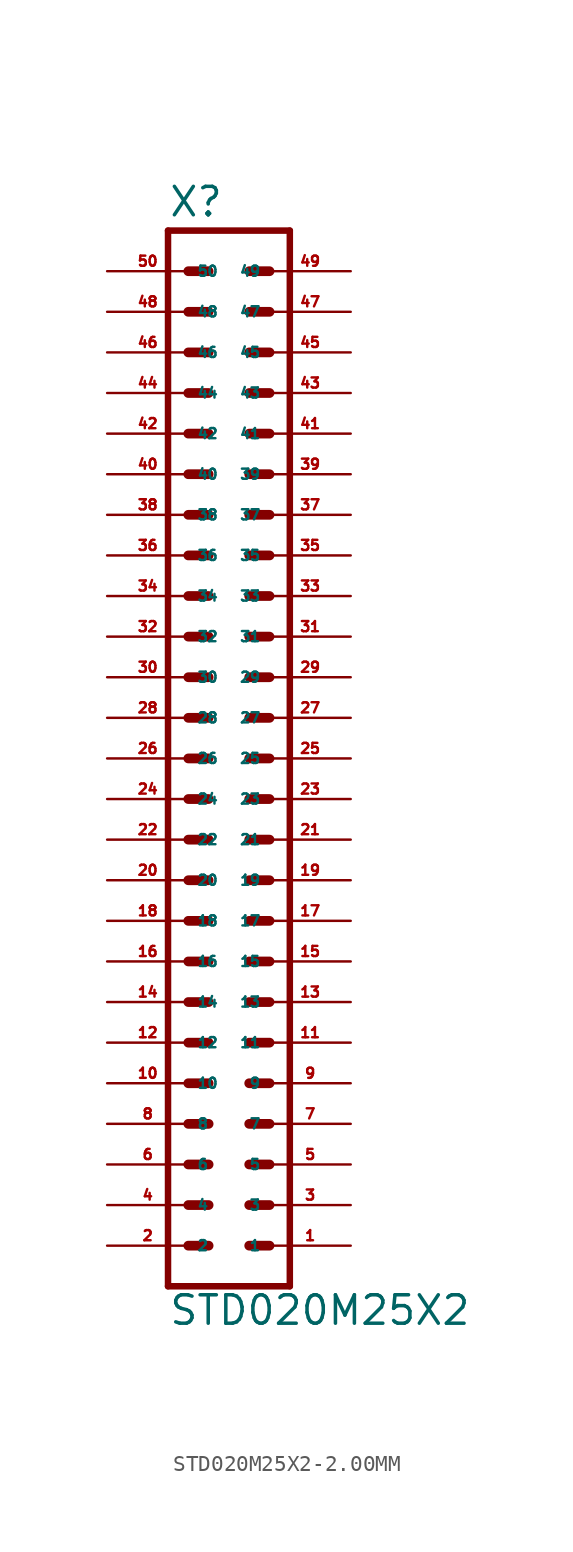
<source format=kicad_sym>
(kicad_symbol_lib
  (version 20220914)
  (generator Eagle2Kicad)
  (symbol "STD020M25X2-2.00MM"
    (property "Reference" "X"
      (at -3.81 38.862 0)
      (effects (font (size 1.778 1.778) (thickness 0.22)) (justify left bottom)))
    (property "Value" "STD020M25X2"
      (at -3.81 -30.48 0)
      (effects (font (size 1.778 1.778) (thickness 0.22)) (justify left bottom)))
    (polyline
      (pts (xy 3.81 -27.94) (xy -3.81 -27.94))
      (stroke (width 0.406) (type default))
      (fill (type none)))
    (polyline
      (pts (xy 1.27 -20.32) (xy 2.54 -20.32))
      (stroke (width 0.61) (type default))
      (fill (type none)))
    (polyline
      (pts (xy 1.27 -22.86) (xy 2.54 -22.86))
      (stroke (width 0.61) (type default))
      (fill (type none)))
    (polyline
      (pts (xy 1.27 -25.4) (xy 2.54 -25.4))
      (stroke (width 0.61) (type default))
      (fill (type none)))
    (polyline
      (pts (xy -2.54 -20.32) (xy -1.27 -20.32))
      (stroke (width 0.61) (type default))
      (fill (type none)))
    (polyline
      (pts (xy -2.54 -22.86) (xy -1.27 -22.86))
      (stroke (width 0.61) (type default))
      (fill (type none)))
    (polyline
      (pts (xy -2.54 -25.4) (xy -1.27 -25.4))
      (stroke (width 0.61) (type default))
      (fill (type none)))
    (polyline
      (pts (xy 1.27 -15.24) (xy 2.54 -15.24))
      (stroke (width 0.61) (type default))
      (fill (type none)))
    (polyline
      (pts (xy 1.27 -17.78) (xy 2.54 -17.78))
      (stroke (width 0.61) (type default))
      (fill (type none)))
    (polyline
      (pts (xy -2.54 -15.24) (xy -1.27 -15.24))
      (stroke (width 0.61) (type default))
      (fill (type none)))
    (polyline
      (pts (xy -2.54 -17.78) (xy -1.27 -17.78))
      (stroke (width 0.61) (type default))
      (fill (type none)))
    (polyline
      (pts (xy 1.27 -7.62) (xy 2.54 -7.62))
      (stroke (width 0.61) (type default))
      (fill (type none)))
    (polyline
      (pts (xy 1.27 -10.16) (xy 2.54 -10.16))
      (stroke (width 0.61) (type default))
      (fill (type none)))
    (polyline
      (pts (xy 1.27 -12.7) (xy 2.54 -12.7))
      (stroke (width 0.61) (type default))
      (fill (type none)))
    (polyline
      (pts (xy -2.54 -7.62) (xy -1.27 -7.62))
      (stroke (width 0.61) (type default))
      (fill (type none)))
    (polyline
      (pts (xy -2.54 -10.16) (xy -1.27 -10.16))
      (stroke (width 0.61) (type default))
      (fill (type none)))
    (polyline
      (pts (xy -2.54 -12.7) (xy -1.27 -12.7))
      (stroke (width 0.61) (type default))
      (fill (type none)))
    (polyline
      (pts (xy 1.27 -2.54) (xy 2.54 -2.54))
      (stroke (width 0.61) (type default))
      (fill (type none)))
    (polyline
      (pts (xy 1.27 -5.08) (xy 2.54 -5.08))
      (stroke (width 0.61) (type default))
      (fill (type none)))
    (polyline
      (pts (xy -2.54 -2.54) (xy -1.27 -2.54))
      (stroke (width 0.61) (type default))
      (fill (type none)))
    (polyline
      (pts (xy -2.54 -5.08) (xy -1.27 -5.08))
      (stroke (width 0.61) (type default))
      (fill (type none)))
    (polyline
      (pts (xy 1.27 5.08) (xy 2.54 5.08))
      (stroke (width 0.61) (type default))
      (fill (type none)))
    (polyline
      (pts (xy 1.27 2.54) (xy 2.54 2.54))
      (stroke (width 0.61) (type default))
      (fill (type none)))
    (polyline
      (pts (xy 1.27 0) (xy 2.54 0))
      (stroke (width 0.61) (type default))
      (fill (type none)))
    (polyline
      (pts (xy -2.54 5.08) (xy -1.27 5.08))
      (stroke (width 0.61) (type default))
      (fill (type none)))
    (polyline
      (pts (xy -2.54 2.54) (xy -1.27 2.54))
      (stroke (width 0.61) (type default))
      (fill (type none)))
    (polyline
      (pts (xy -2.54 0) (xy -1.27 0))
      (stroke (width 0.61) (type default))
      (fill (type none)))
    (polyline
      (pts (xy 1.27 10.16) (xy 2.54 10.16))
      (stroke (width 0.61) (type default))
      (fill (type none)))
    (polyline
      (pts (xy 1.27 7.62) (xy 2.54 7.62))
      (stroke (width 0.61) (type default))
      (fill (type none)))
    (polyline
      (pts (xy -2.54 10.16) (xy -1.27 10.16))
      (stroke (width 0.61) (type default))
      (fill (type none)))
    (polyline
      (pts (xy -2.54 7.62) (xy -1.27 7.62))
      (stroke (width 0.61) (type default))
      (fill (type none)))
    (polyline
      (pts (xy 1.27 15.24) (xy 2.54 15.24))
      (stroke (width 0.61) (type default))
      (fill (type none)))
    (polyline
      (pts (xy 1.27 12.7) (xy 2.54 12.7))
      (stroke (width 0.61) (type default))
      (fill (type none)))
    (polyline
      (pts (xy -2.54 15.24) (xy -1.27 15.24))
      (stroke (width 0.61) (type default))
      (fill (type none)))
    (polyline
      (pts (xy -2.54 12.7) (xy -1.27 12.7))
      (stroke (width 0.61) (type default))
      (fill (type none)))
    (polyline
      (pts (xy -3.81 38.1) (xy -3.81 -27.94))
      (stroke (width 0.406) (type default))
      (fill (type none)))
    (polyline
      (pts (xy 3.81 -27.94) (xy 3.81 38.1))
      (stroke (width 0.406) (type default))
      (fill (type none)))
    (polyline
      (pts (xy -3.81 38.1) (xy 3.81 38.1))
      (stroke (width 0.406) (type default))
      (fill (type none)))
    (polyline
      (pts (xy -2.54 17.78) (xy -1.27 17.78))
      (stroke (width 0.61) (type default))
      (fill (type none)))
    (polyline
      (pts (xy -2.54 20.32) (xy -1.27 20.32))
      (stroke (width 0.61) (type default))
      (fill (type none)))
    (polyline
      (pts (xy -2.54 22.86) (xy -1.27 22.86))
      (stroke (width 0.61) (type default))
      (fill (type none)))
    (polyline
      (pts (xy 1.27 17.78) (xy 2.54 17.78))
      (stroke (width 0.61) (type default))
      (fill (type none)))
    (polyline
      (pts (xy 1.27 20.32) (xy 2.54 20.32))
      (stroke (width 0.61) (type default))
      (fill (type none)))
    (polyline
      (pts (xy 1.27 22.86) (xy 2.54 22.86))
      (stroke (width 0.61) (type default))
      (fill (type none)))
    (polyline
      (pts (xy 1.27 27.94) (xy 2.54 27.94))
      (stroke (width 0.61) (type default))
      (fill (type none)))
    (polyline
      (pts (xy 1.27 25.4) (xy 2.54 25.4))
      (stroke (width 0.61) (type default))
      (fill (type none)))
    (polyline
      (pts (xy -2.54 27.94) (xy -1.27 27.94))
      (stroke (width 0.61) (type default))
      (fill (type none)))
    (polyline
      (pts (xy -2.54 25.4) (xy -1.27 25.4))
      (stroke (width 0.61) (type default))
      (fill (type none)))
    (polyline
      (pts (xy -2.54 30.48) (xy -1.27 30.48))
      (stroke (width 0.61) (type default))
      (fill (type none)))
    (polyline
      (pts (xy -2.54 33.02) (xy -1.27 33.02))
      (stroke (width 0.61) (type default))
      (fill (type none)))
    (polyline
      (pts (xy -2.54 35.56) (xy -1.27 35.56))
      (stroke (width 0.61) (type default))
      (fill (type none)))
    (polyline
      (pts (xy 1.27 30.48) (xy 2.54 30.48))
      (stroke (width 0.61) (type default))
      (fill (type none)))
    (polyline
      (pts (xy 1.27 33.02) (xy 2.54 33.02))
      (stroke (width 0.61) (type default))
      (fill (type none)))
    (polyline
      (pts (xy 1.27 35.56) (xy 2.54 35.56))
      (stroke (width 0.61) (type default))
      (fill (type none)))
    (pin passive line
      (at 7.62 -25.4 180)
      (length 5.08)
      (name "1" (effects (font (size 0.635 0.635) (thickness 0.08)) (justify left bottom)))
      (number "1" (effects (font (size 0.635 0.635) (thickness 0.08)) (justify left bottom))))
    (pin passive line
      (at 7.62 -22.86 180)
      (length 5.08)
      (name "3" (effects (font (size 0.635 0.635) (thickness 0.08)) (justify left bottom)))
      (number "3" (effects (font (size 0.635 0.635) (thickness 0.08)) (justify left bottom))))
    (pin passive line
      (at 7.62 -20.32 180)
      (length 5.08)
      (name "5" (effects (font (size 0.635 0.635) (thickness 0.08)) (justify left bottom)))
      (number "5" (effects (font (size 0.635 0.635) (thickness 0.08)) (justify left bottom))))
    (pin passive line
      (at -7.62 -25.4 0)
      (length 5.08)
      (name "2" (effects (font (size 0.635 0.635) (thickness 0.08)) (justify left bottom)))
      (number "2" (effects (font (size 0.635 0.635) (thickness 0.08)) (justify left bottom))))
    (pin passive line
      (at -7.62 -22.86 0)
      (length 5.08)
      (name "4" (effects (font (size 0.635 0.635) (thickness 0.08)) (justify left bottom)))
      (number "4" (effects (font (size 0.635 0.635) (thickness 0.08)) (justify left bottom))))
    (pin passive line
      (at -7.62 -20.32 0)
      (length 5.08)
      (name "6" (effects (font (size 0.635 0.635) (thickness 0.08)) (justify left bottom)))
      (number "6" (effects (font (size 0.635 0.635) (thickness 0.08)) (justify left bottom))))
    (pin passive line
      (at 7.62 -17.78 180)
      (length 5.08)
      (name "7" (effects (font (size 0.635 0.635) (thickness 0.08)) (justify left bottom)))
      (number "7" (effects (font (size 0.635 0.635) (thickness 0.08)) (justify left bottom))))
    (pin passive line
      (at 7.62 -15.24 180)
      (length 5.08)
      (name "9" (effects (font (size 0.635 0.635) (thickness 0.08)) (justify left bottom)))
      (number "9" (effects (font (size 0.635 0.635) (thickness 0.08)) (justify left bottom))))
    (pin passive line
      (at -7.62 -17.78 0)
      (length 5.08)
      (name "8" (effects (font (size 0.635 0.635) (thickness 0.08)) (justify left bottom)))
      (number "8" (effects (font (size 0.635 0.635) (thickness 0.08)) (justify left bottom))))
    (pin passive line
      (at -7.62 -15.24 0)
      (length 5.08)
      (name "10" (effects (font (size 0.635 0.635) (thickness 0.08)) (justify left bottom)))
      (number "10" (effects (font (size 0.635 0.635) (thickness 0.08)) (justify left bottom))))
    (pin passive line
      (at 7.62 -12.7 180)
      (length 5.08)
      (name "11" (effects (font (size 0.635 0.635) (thickness 0.08)) (justify left bottom)))
      (number "11" (effects (font (size 0.635 0.635) (thickness 0.08)) (justify left bottom))))
    (pin passive line
      (at 7.62 -10.16 180)
      (length 5.08)
      (name "13" (effects (font (size 0.635 0.635) (thickness 0.08)) (justify left bottom)))
      (number "13" (effects (font (size 0.635 0.635) (thickness 0.08)) (justify left bottom))))
    (pin passive line
      (at 7.62 -7.62 180)
      (length 5.08)
      (name "15" (effects (font (size 0.635 0.635) (thickness 0.08)) (justify left bottom)))
      (number "15" (effects (font (size 0.635 0.635) (thickness 0.08)) (justify left bottom))))
    (pin passive line
      (at -7.62 -12.7 0)
      (length 5.08)
      (name "12" (effects (font (size 0.635 0.635) (thickness 0.08)) (justify left bottom)))
      (number "12" (effects (font (size 0.635 0.635) (thickness 0.08)) (justify left bottom))))
    (pin passive line
      (at -7.62 -10.16 0)
      (length 5.08)
      (name "14" (effects (font (size 0.635 0.635) (thickness 0.08)) (justify left bottom)))
      (number "14" (effects (font (size 0.635 0.635) (thickness 0.08)) (justify left bottom))))
    (pin passive line
      (at -7.62 -7.62 0)
      (length 5.08)
      (name "16" (effects (font (size 0.635 0.635) (thickness 0.08)) (justify left bottom)))
      (number "16" (effects (font (size 0.635 0.635) (thickness 0.08)) (justify left bottom))))
    (pin passive line
      (at 7.62 -5.08 180)
      (length 5.08)
      (name "17" (effects (font (size 0.635 0.635) (thickness 0.08)) (justify left bottom)))
      (number "17" (effects (font (size 0.635 0.635) (thickness 0.08)) (justify left bottom))))
    (pin passive line
      (at 7.62 -2.54 180)
      (length 5.08)
      (name "19" (effects (font (size 0.635 0.635) (thickness 0.08)) (justify left bottom)))
      (number "19" (effects (font (size 0.635 0.635) (thickness 0.08)) (justify left bottom))))
    (pin passive line
      (at -7.62 -5.08 0)
      (length 5.08)
      (name "18" (effects (font (size 0.635 0.635) (thickness 0.08)) (justify left bottom)))
      (number "18" (effects (font (size 0.635 0.635) (thickness 0.08)) (justify left bottom))))
    (pin passive line
      (at -7.62 -2.54 0)
      (length 5.08)
      (name "20" (effects (font (size 0.635 0.635) (thickness 0.08)) (justify left bottom)))
      (number "20" (effects (font (size 0.635 0.635) (thickness 0.08)) (justify left bottom))))
    (pin passive line
      (at 7.62 0 180)
      (length 5.08)
      (name "21" (effects (font (size 0.635 0.635) (thickness 0.08)) (justify left bottom)))
      (number "21" (effects (font (size 0.635 0.635) (thickness 0.08)) (justify left bottom))))
    (pin passive line
      (at 7.62 2.54 180)
      (length 5.08)
      (name "23" (effects (font (size 0.635 0.635) (thickness 0.08)) (justify left bottom)))
      (number "23" (effects (font (size 0.635 0.635) (thickness 0.08)) (justify left bottom))))
    (pin passive line
      (at 7.62 5.08 180)
      (length 5.08)
      (name "25" (effects (font (size 0.635 0.635) (thickness 0.08)) (justify left bottom)))
      (number "25" (effects (font (size 0.635 0.635) (thickness 0.08)) (justify left bottom))))
    (pin passive line
      (at -7.62 0 0)
      (length 5.08)
      (name "22" (effects (font (size 0.635 0.635) (thickness 0.08)) (justify left bottom)))
      (number "22" (effects (font (size 0.635 0.635) (thickness 0.08)) (justify left bottom))))
    (pin passive line
      (at -7.62 2.54 0)
      (length 5.08)
      (name "24" (effects (font (size 0.635 0.635) (thickness 0.08)) (justify left bottom)))
      (number "24" (effects (font (size 0.635 0.635) (thickness 0.08)) (justify left bottom))))
    (pin passive line
      (at -7.62 5.08 0)
      (length 5.08)
      (name "26" (effects (font (size 0.635 0.635) (thickness 0.08)) (justify left bottom)))
      (number "26" (effects (font (size 0.635 0.635) (thickness 0.08)) (justify left bottom))))
    (pin passive line
      (at 7.62 7.62 180)
      (length 5.08)
      (name "27" (effects (font (size 0.635 0.635) (thickness 0.08)) (justify left bottom)))
      (number "27" (effects (font (size 0.635 0.635) (thickness 0.08)) (justify left bottom))))
    (pin passive line
      (at 7.62 10.16 180)
      (length 5.08)
      (name "29" (effects (font (size 0.635 0.635) (thickness 0.08)) (justify left bottom)))
      (number "29" (effects (font (size 0.635 0.635) (thickness 0.08)) (justify left bottom))))
    (pin passive line
      (at -7.62 7.62 0)
      (length 5.08)
      (name "28" (effects (font (size 0.635 0.635) (thickness 0.08)) (justify left bottom)))
      (number "28" (effects (font (size 0.635 0.635) (thickness 0.08)) (justify left bottom))))
    (pin passive line
      (at -7.62 10.16 0)
      (length 5.08)
      (name "30" (effects (font (size 0.635 0.635) (thickness 0.08)) (justify left bottom)))
      (number "30" (effects (font (size 0.635 0.635) (thickness 0.08)) (justify left bottom))))
    (pin passive line
      (at 7.62 12.7 180)
      (length 5.08)
      (name "31" (effects (font (size 0.635 0.635) (thickness 0.08)) (justify left bottom)))
      (number "31" (effects (font (size 0.635 0.635) (thickness 0.08)) (justify left bottom))))
    (pin passive line
      (at 7.62 15.24 180)
      (length 5.08)
      (name "33" (effects (font (size 0.635 0.635) (thickness 0.08)) (justify left bottom)))
      (number "33" (effects (font (size 0.635 0.635) (thickness 0.08)) (justify left bottom))))
    (pin passive line
      (at -7.62 12.7 0)
      (length 5.08)
      (name "32" (effects (font (size 0.635 0.635) (thickness 0.08)) (justify left bottom)))
      (number "32" (effects (font (size 0.635 0.635) (thickness 0.08)) (justify left bottom))))
    (pin passive line
      (at -7.62 15.24 0)
      (length 5.08)
      (name "34" (effects (font (size 0.635 0.635) (thickness 0.08)) (justify left bottom)))
      (number "34" (effects (font (size 0.635 0.635) (thickness 0.08)) (justify left bottom))))
    (pin passive line
      (at -7.62 17.78 0)
      (length 5.08)
      (name "36" (effects (font (size 0.635 0.635) (thickness 0.08)) (justify left bottom)))
      (number "36" (effects (font (size 0.635 0.635) (thickness 0.08)) (justify left bottom))))
    (pin passive line
      (at -7.62 20.32 0)
      (length 5.08)
      (name "38" (effects (font (size 0.635 0.635) (thickness 0.08)) (justify left bottom)))
      (number "38" (effects (font (size 0.635 0.635) (thickness 0.08)) (justify left bottom))))
    (pin passive line
      (at -7.62 22.86 0)
      (length 5.08)
      (name "40" (effects (font (size 0.635 0.635) (thickness 0.08)) (justify left bottom)))
      (number "40" (effects (font (size 0.635 0.635) (thickness 0.08)) (justify left bottom))))
    (pin passive line
      (at 7.62 17.78 180)
      (length 5.08)
      (name "35" (effects (font (size 0.635 0.635) (thickness 0.08)) (justify left bottom)))
      (number "35" (effects (font (size 0.635 0.635) (thickness 0.08)) (justify left bottom))))
    (pin passive line
      (at 7.62 20.32 180)
      (length 5.08)
      (name "37" (effects (font (size 0.635 0.635) (thickness 0.08)) (justify left bottom)))
      (number "37" (effects (font (size 0.635 0.635) (thickness 0.08)) (justify left bottom))))
    (pin passive line
      (at 7.62 22.86 180)
      (length 5.08)
      (name "39" (effects (font (size 0.635 0.635) (thickness 0.08)) (justify left bottom)))
      (number "39" (effects (font (size 0.635 0.635) (thickness 0.08)) (justify left bottom))))
    (pin passive line
      (at 7.62 25.4 180)
      (length 5.08)
      (name "41" (effects (font (size 0.635 0.635) (thickness 0.08)) (justify left bottom)))
      (number "41" (effects (font (size 0.635 0.635) (thickness 0.08)) (justify left bottom))))
    (pin passive line
      (at -7.62 25.4 0)
      (length 5.08)
      (name "42" (effects (font (size 0.635 0.635) (thickness 0.08)) (justify left bottom)))
      (number "42" (effects (font (size 0.635 0.635) (thickness 0.08)) (justify left bottom))))
    (pin passive line
      (at 7.62 27.94 180)
      (length 5.08)
      (name "43" (effects (font (size 0.635 0.635) (thickness 0.08)) (justify left bottom)))
      (number "43" (effects (font (size 0.635 0.635) (thickness 0.08)) (justify left bottom))))
    (pin passive line
      (at -7.62 27.94 0)
      (length 5.08)
      (name "44" (effects (font (size 0.635 0.635) (thickness 0.08)) (justify left bottom)))
      (number "44" (effects (font (size 0.635 0.635) (thickness 0.08)) (justify left bottom))))
    (pin passive line
      (at 7.62 30.48 180)
      (length 5.08)
      (name "45" (effects (font (size 0.635 0.635) (thickness 0.08)) (justify left bottom)))
      (number "45" (effects (font (size 0.635 0.635) (thickness 0.08)) (justify left bottom))))
    (pin passive line
      (at -7.62 30.48 0)
      (length 5.08)
      (name "46" (effects (font (size 0.635 0.635) (thickness 0.08)) (justify left bottom)))
      (number "46" (effects (font (size 0.635 0.635) (thickness 0.08)) (justify left bottom))))
    (pin passive line
      (at 7.62 33.02 180)
      (length 5.08)
      (name "47" (effects (font (size 0.635 0.635) (thickness 0.08)) (justify left bottom)))
      (number "47" (effects (font (size 0.635 0.635) (thickness 0.08)) (justify left bottom))))
    (pin passive line
      (at -7.62 33.02 0)
      (length 5.08)
      (name "48" (effects (font (size 0.635 0.635) (thickness 0.08)) (justify left bottom)))
      (number "48" (effects (font (size 0.635 0.635) (thickness 0.08)) (justify left bottom))))
    (pin passive line
      (at 7.62 35.56 180)
      (length 5.08)
      (name "49" (effects (font (size 0.635 0.635) (thickness 0.08)) (justify left bottom)))
      (number "49" (effects (font (size 0.635 0.635) (thickness 0.08)) (justify left bottom))))
    (pin passive line
      (at -7.62 35.56 0)
      (length 5.08)
      (name "50" (effects (font (size 0.635 0.635) (thickness 0.08)) (justify left bottom)))
      (number "50" (effects (font (size 0.635 0.635) (thickness 0.08)) (justify left bottom))))))
</source>
